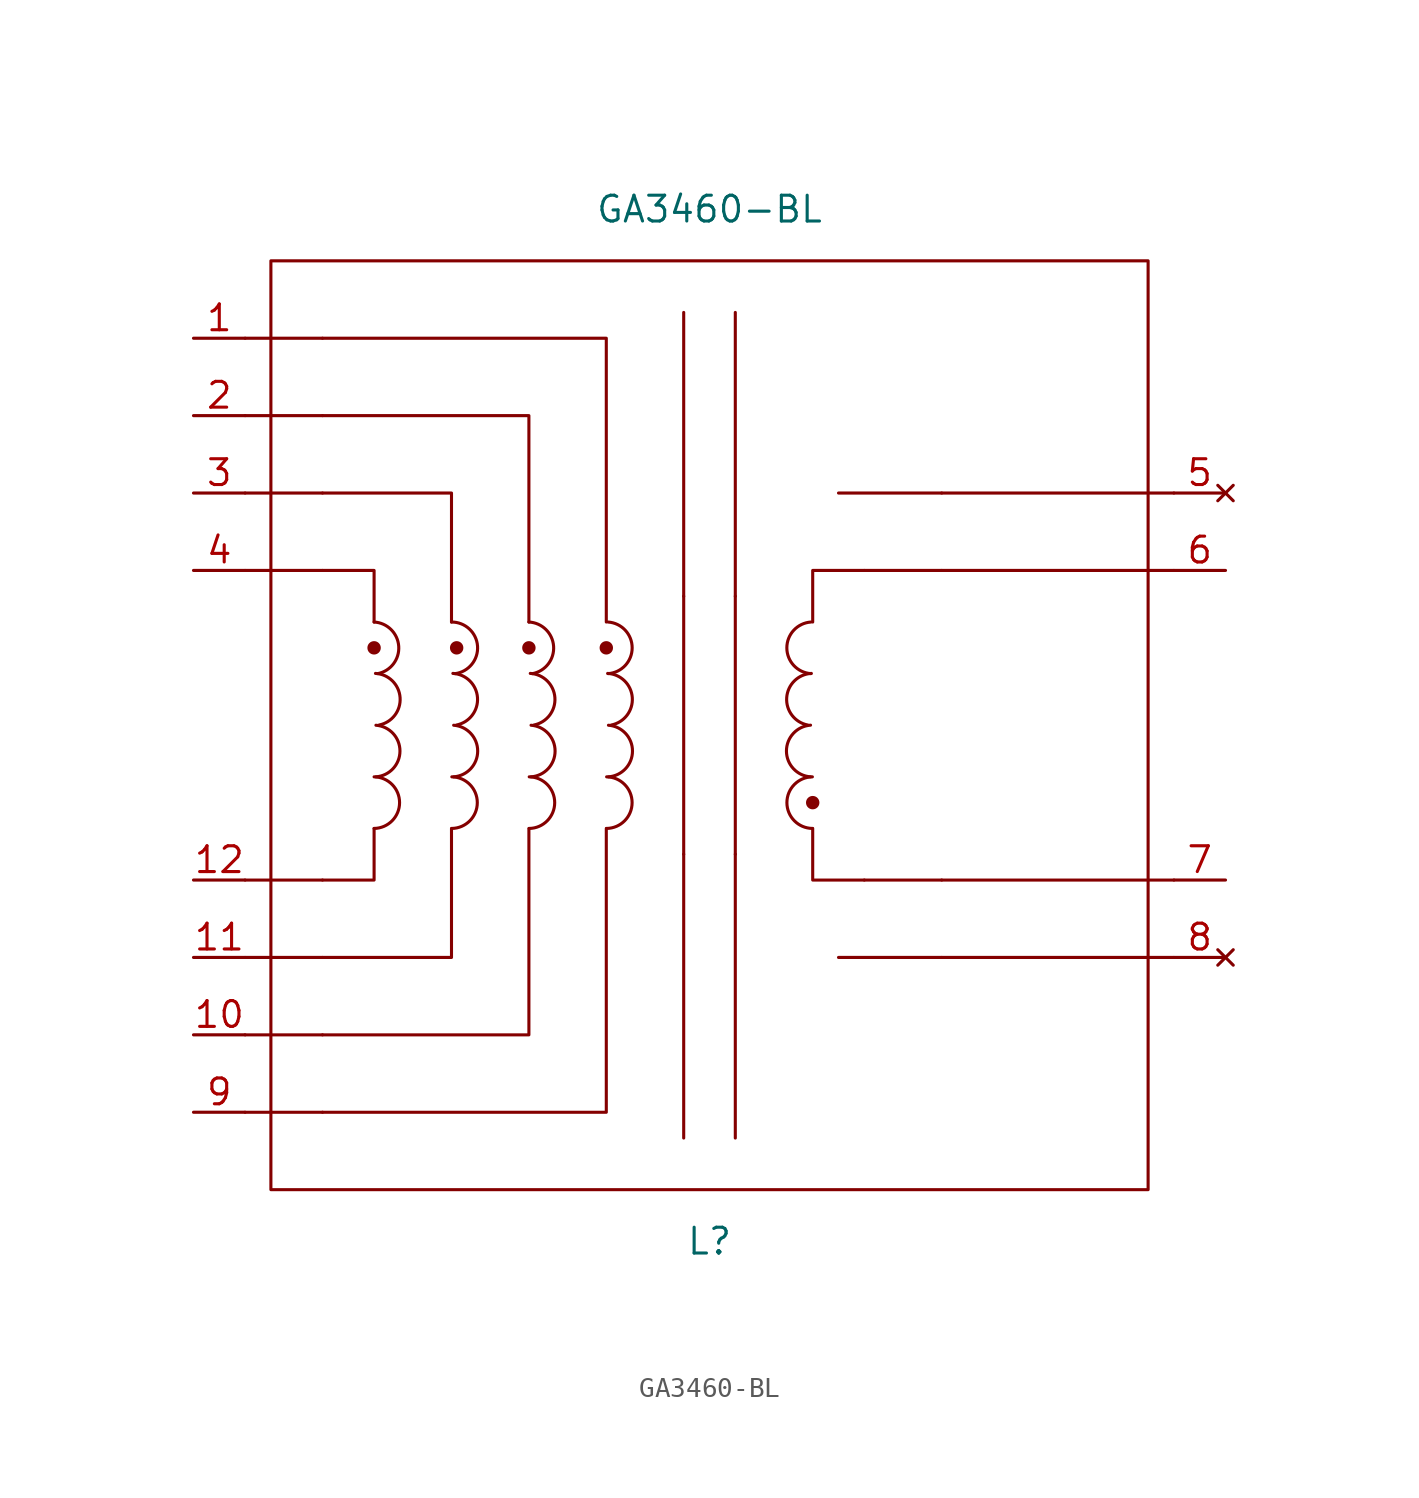
<source format=kicad_sym>
(kicad_symbol_lib
  (version 20220914)
  (generator kicad_symbol_editor)
  (symbol "GA3460-BL"
    (property "Reference" "L"
      (at 0 -25.4 0)
      (effects (font (size 1.27 1.27))))
    (property "Value" "GA3460-BL"
      (at 0 25.4 0)
      (effects (font (size 1.27 1.27))))
    (symbol "GA3460-BL_0_1"
      (rectangle (start -21.59 22.86) (end 21.59 -22.86) (stroke (width 0.152) (type default)) (fill (type none)))
      (arc (start -16.51 -5.08) (mid -15.2558 -3.81) (end -16.51 -2.54) (stroke (width 0.1524) (type default)) (fill (type none)))
      (circle (center -16.51 3.81) (radius 0.254) (stroke (width 0.152) (type default)) (fill (type outline)))
      (arc (start -16.4198 -2.54) (mid -15.2368 -1.27) (end -16.4198 0) (stroke (width 0.1524) (type default)) (fill (type none)))
      (arc (start -16.3296 2.54) (mid -15.2979 3.8897) (end -16.51 5.08) (stroke (width 0.1524) (type default)) (fill (type none)))
      (arc (start -16.2619 0.0112) (mid -15.2302 1.3609) (end -16.4423 2.5512) (stroke (width 0.1524) (type default)) (fill (type none)))
      (arc (start -12.6841 -5.08) (mid -11.4299 -3.81) (end -12.6841 -2.54) (stroke (width 0.1524) (type default)) (fill (type none)))
      (arc (start -12.5939 -2.54) (mid -11.4109 -1.27) (end -12.5939 0) (stroke (width 0.1524) (type default)) (fill (type none)))
      (arc (start -12.5196 2.54) (mid -11.4184 3.8946) (end -12.7 5.08) (stroke (width 0.1524) (type default)) (fill (type none)))
      (arc (start -12.4519 0.0112) (mid -11.4202 1.3609) (end -12.6323 2.5512) (stroke (width 0.1524) (type default)) (fill (type none)))
      (circle (center -12.446 3.81) (radius 0.254) (stroke (width 0.152) (type default)) (fill (type outline)))
      (circle (center -8.89 3.81) (radius 0.254) (stroke (width 0.152) (type default)) (fill (type outline)))
      (arc (start -8.8741 -5.08) (mid -7.6199 -3.81) (end -8.8741 -2.54) (stroke (width 0.1524) (type default)) (fill (type none)))
      (arc (start -8.7839 -2.54) (mid -7.6009 -1.27) (end -8.7839 0) (stroke (width 0.1524) (type default)) (fill (type none)))
      (arc (start -8.7096 2.54) (mid -7.6743 3.89) (end -8.89 5.08) (stroke (width 0.1524) (type default)) (fill (type none)))
      (arc (start -8.6419 0.0112) (mid -7.6102 1.3609) (end -8.8223 2.5512) (stroke (width 0.1524) (type default)) (fill (type none)))
      (circle (center -5.08 3.81) (radius 0.254) (stroke (width 0.152) (type default)) (fill (type outline)))
      (arc (start -5.0641 -5.08) (mid -3.8099 -3.81) (end -5.0641 -2.54) (stroke (width 0.1524) (type default)) (fill (type none)))
      (arc (start -4.9898 2.54) (mid -3.8068 3.81) (end -4.9898 5.08) (stroke (width 0.1524) (type default)) (fill (type none)))
      (arc (start -4.9739 -2.54) (mid -3.7909 -1.27) (end -4.9739 0) (stroke (width 0.1524) (type default)) (fill (type none)))
      (arc (start -4.8319 0.0112) (mid -3.8002 1.3609) (end -5.0123 2.5512) (stroke (width 0.1524) (type default)) (fill (type none)))
      (polyline (pts (xy -19.05 -19.05) (xy -22.86 -19.05)) (stroke (width 0.152) (type default)) (fill (type none)))
      (polyline (pts (xy -19.05 -11.43) (xy -22.86 -11.43)) (stroke (width 0.152) (type default)) (fill (type none)))
      (polyline (pts (xy -19.05 -7.62) (xy -22.86 -7.62)) (stroke (width 0.152) (type default)) (fill (type none)))
      (polyline (pts (xy -19.05 7.62) (xy -22.86 7.62)) (stroke (width 0.152) (type default)) (fill (type none)))
      (polyline (pts (xy -19.05 15.24) (xy -22.86 15.24)) (stroke (width 0.152) (type default)) (fill (type none)))
      (polyline (pts (xy -1.27 -6.35) (xy -1.27 -20.32)) (stroke (width 0.152) (type default)) (fill (type none)))
      (polyline (pts (xy -1.27 6.35) (xy -1.27 -6.35)) (stroke (width 0.152) (type default)) (fill (type none)))
      (polyline (pts (xy -1.27 6.35) (xy -1.27 20.32)) (stroke (width 0.152) (type default)) (fill (type none)))
      (polyline (pts (xy 1.27 -6.35) (xy 1.27 -20.32)) (stroke (width 0.152) (type default)) (fill (type none)))
      (polyline (pts (xy 1.27 6.35) (xy 1.27 -6.35)) (stroke (width 0.152) (type default)) (fill (type none)))
      (polyline (pts (xy 1.27 6.35) (xy 1.27 20.32)) (stroke (width 0.152) (type default)) (fill (type none)))
      (polyline (pts (xy 7.62 -7.62) (xy 11.43 -7.62)) (stroke (width 0.152) (type default)) (fill (type none)))
      (polyline (pts (xy 7.62 7.62) (xy 11.43 7.62)) (stroke (width 0.152) (type default)) (fill (type none)))
      (polyline (pts (xy 11.43 -11.43) (xy 6.35 -11.43)) (stroke (width 0.152) (type default)) (fill (type none)))
      (polyline (pts (xy 11.43 -11.43) (xy 22.86 -11.43)) (stroke (width 0.152) (type default)) (fill (type none)))
      (polyline (pts (xy 11.43 -7.62) (xy 22.86 -7.62)) (stroke (width 0.152) (type default)) (fill (type none)))
      (polyline (pts (xy 11.43 7.62) (xy 22.86 7.62)) (stroke (width 0.152) (type default)) (fill (type none)))
      (polyline (pts (xy 11.43 11.43) (xy 6.35 11.43)) (stroke (width 0.152) (type default)) (fill (type none)))
      (polyline (pts (xy 11.43 11.43) (xy 22.86 11.43)) (stroke (width 0.152) (type default)) (fill (type none)))
      (polyline (pts (xy -19.05 -15.24) (xy -22.86 -15.24) (xy -21.59 -15.24)) (stroke (width 0.152) (type default)) (fill (type none)))
      (polyline (pts (xy -19.05 11.43) (xy -22.86 11.43) (xy -21.59 11.43)) (stroke (width 0.152) (type default)) (fill (type none)))
      (polyline (pts (xy -19.05 19.05) (xy -22.86 19.05) (xy -21.59 19.05)) (stroke (width 0.152) (type default)) (fill (type none)))
      (polyline (pts (xy -16.51 -5.08) (xy -16.51 -7.62) (xy -19.05 -7.62)) (stroke (width 0.152) (type default)) (fill (type none)))
      (polyline (pts (xy -16.51 5.08) (xy -16.51 7.62) (xy -19.05 7.62)) (stroke (width 0.152) (type default)) (fill (type none)))
      (polyline (pts (xy -12.7 -5.08) (xy -12.7 -11.43) (xy -19.05 -11.43)) (stroke (width 0.152) (type default)) (fill (type none)))
      (polyline (pts (xy -12.7 5.08) (xy -12.7 11.43) (xy -19.05 11.43)) (stroke (width 0.152) (type default)) (fill (type none)))
      (polyline (pts (xy -8.89 -5.08) (xy -8.89 -15.24) (xy -19.05 -15.24)) (stroke (width 0.152) (type default)) (fill (type none)))
      (polyline (pts (xy -8.89 5.08) (xy -8.89 15.24) (xy -19.05 15.24)) (stroke (width 0.152) (type default)) (fill (type none)))
      (polyline (pts (xy -5.08 -5.08) (xy -5.08 -19.05) (xy -19.05 -19.05)) (stroke (width 0.152) (type default)) (fill (type none)))
      (polyline (pts (xy -5.08 5.08) (xy -5.08 19.05) (xy -19.05 19.05)) (stroke (width 0.152) (type default)) (fill (type none)))
      (polyline (pts (xy 5.08 -5.08) (xy 5.08 -7.62) (xy 7.62 -7.62)) (stroke (width 0.152) (type default)) (fill (type none)))
      (polyline (pts (xy 5.08 5.08) (xy 5.08 7.62) (xy 7.62 7.62)) (stroke (width 0.152) (type default)) (fill (type none)))
      (arc (start 4.9739 0) (mid 3.7909 -1.27) (end 4.9739 -2.54) (stroke (width 0.1524) (type default)) (fill (type none)))
      (arc (start 4.9898 5.08) (mid 3.8068 3.81) (end 4.9898 2.54) (stroke (width 0.1524) (type default)) (fill (type none)))
      (arc (start 5.0123 2.5512) (mid 3.8002 1.3609) (end 4.8319 0.0112) (stroke (width 0.1524) (type default)) (fill (type none)))
      (arc (start 5.0641 -2.54) (mid 3.8099 -3.81) (end 5.0641 -5.08) (stroke (width 0.1524) (type default)) (fill (type none)))
      (circle (center 5.08 -3.81) (radius 0.254) (stroke (width 0.152) (type default)) (fill (type outline))))
    (symbol "GA3460-BL_1_1"
      (pin passive line (at -25.4 19.05 0) (length 2.54) (name "" (effects (font (size 1.27 1.27)))) (number "1" (effects (font (size 1.27 1.27)))))
      (pin passive line (at -25.4 -15.24 0) (length 2.54) (name "" (effects (font (size 1.27 1.27)))) (number "10" (effects (font (size 1.27 1.27)))))
      (pin passive line (at -25.4 -11.43 0) (length 2.54) (name "" (effects (font (size 1.27 1.27)))) (number "11" (effects (font (size 1.27 1.27)))))
      (pin passive line (at -25.4 -7.62 0) (length 2.54) (name "" (effects (font (size 1.27 1.27)))) (number "12" (effects (font (size 1.27 1.27)))))
      (pin passive line (at -25.4 15.24 0) (length 2.54) (name "" (effects (font (size 1.27 1.27)))) (number "2" (effects (font (size 1.27 1.27)))))
      (pin passive line (at -25.4 11.43 0) (length 2.54) (name "" (effects (font (size 1.27 1.27)))) (number "3" (effects (font (size 1.27 1.27)))))
      (pin passive line (at -25.4 7.62 0) (length 2.54) (name "" (effects (font (size 1.27 1.27)))) (number "4" (effects (font (size 1.27 1.27)))))
      (pin no_connect line (at 25.4 11.43 180) (length 2.54) (name "" (effects (font (size 1.27 1.27)))) (number "5" (effects (font (size 1.27 1.27)))))
      (pin passive line (at 25.4 7.62 180) (length 2.54) (name "" (effects (font (size 1.27 1.27)))) (number "6" (effects (font (size 1.27 1.27)))))
      (pin passive line (at 25.4 -7.62 180) (length 2.54) (name "" (effects (font (size 1.27 1.27)))) (number "7" (effects (font (size 1.27 1.27)))))
      (pin no_connect line (at 25.4 -11.43 180) (length 2.54) (name "" (effects (font (size 1.27 1.27)))) (number "8" (effects (font (size 1.27 1.27)))))
      (pin passive line (at -25.4 -19.05 0) (length 2.54) (name "" (effects (font (size 1.27 1.27)))) (number "9" (effects (font (size 1.27 1.27))))))))
</source>
